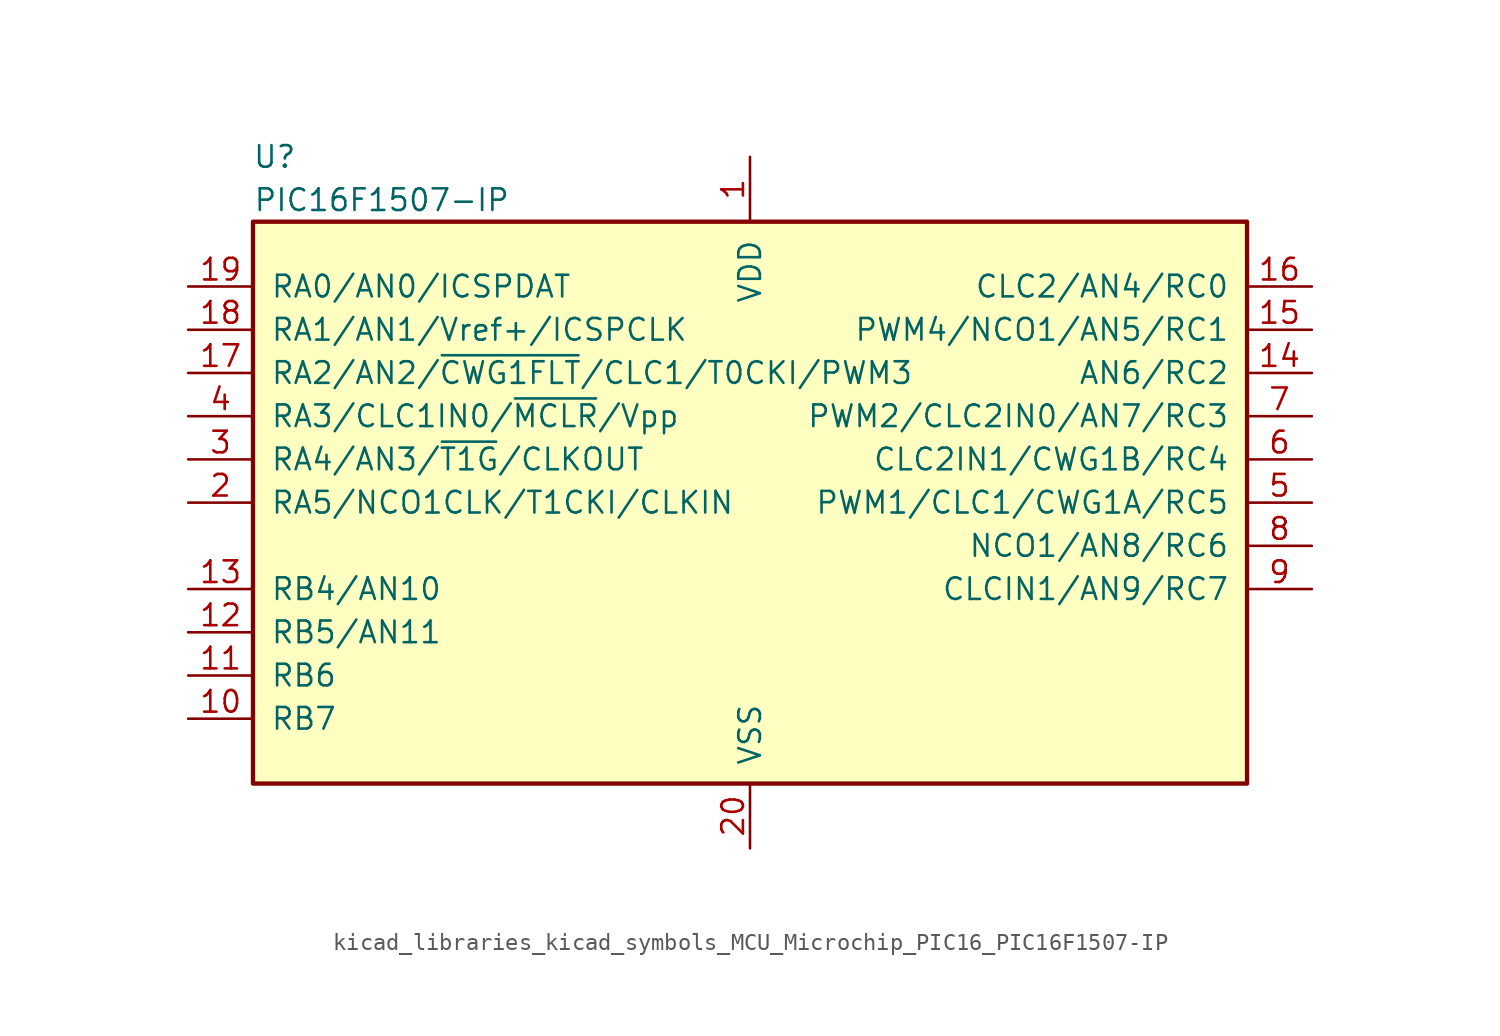
<source format=kicad_sym>
(kicad_symbol_lib
  (version 20220914)
  (generator kicad_symbol_editor)
  (symbol "kicad_libraries_kicad_symbols_MCU_Microchip_PIC16_PIC16F1507-IP"
    (pin_names
      (offset 1.016))
    (property "Reference" "U"
      (at -27.94 20.32 0)
      (effects (font (size 1.27 1.27))))
    (property "Value" "PIC16F1507-IP"
      (at -29.21 17.78 0)
      (effects (font (size 1.27 1.27)) (justify left)))
    (symbol "kicad_libraries_kicad_symbols_MCU_Microchip_PIC16_PIC16F1507-IP_0_1"
      (rectangle (start -29.21 16.51) (end 29.21 -16.51) (stroke (width 0.254) (type default)) (fill (type background))))
    (symbol "kicad_libraries_kicad_symbols_MCU_Microchip_PIC16_PIC16F1507-IP_1_1"
      (pin power_in line (at 0 20.32 270) (length 3.81) (name "VDD" (effects (font (size 1.27 1.27)))) (number "1" (effects (font (size 1.27 1.27)))))
      (pin bidirectional line (at -33.02 -12.7 0) (length 3.81) (name "RB7" (effects (font (size 1.27 1.27)))) (number "10" (effects (font (size 1.27 1.27)))))
      (pin bidirectional line (at -33.02 -10.16 0) (length 3.81) (name "RB6" (effects (font (size 1.27 1.27)))) (number "11" (effects (font (size 1.27 1.27)))))
      (pin bidirectional line (at -33.02 -7.62 0) (length 3.81) (name "RB5/AN11" (effects (font (size 1.27 1.27)))) (number "12" (effects (font (size 1.27 1.27)))))
      (pin bidirectional line (at -33.02 -5.08 0) (length 3.81) (name "RB4/AN10" (effects (font (size 1.27 1.27)))) (number "13" (effects (font (size 1.27 1.27)))))
      (pin bidirectional line (at 33.02 7.62 180) (length 3.81) (name "AN6/RC2" (effects (font (size 1.27 1.27)))) (number "14" (effects (font (size 1.27 1.27)))))
      (pin bidirectional line (at 33.02 10.16 180) (length 3.81) (name "PWM4/NCO1/AN5/RC1" (effects (font (size 1.27 1.27)))) (number "15" (effects (font (size 1.27 1.27)))))
      (pin bidirectional line (at 33.02 12.7 180) (length 3.81) (name "CLC2/AN4/RC0" (effects (font (size 1.27 1.27)))) (number "16" (effects (font (size 1.27 1.27)))))
      (pin bidirectional line (at -33.02 7.62 0) (length 3.81) (name "RA2/AN2/~{CWG1FLT}/CLC1/T0CKI/PWM3" (effects (font (size 1.27 1.27)))) (number "17" (effects (font (size 1.27 1.27)))))
      (pin bidirectional line (at -33.02 10.16 0) (length 3.81) (name "RA1/AN1/Vref+/ICSPCLK" (effects (font (size 1.27 1.27)))) (number "18" (effects (font (size 1.27 1.27)))))
      (pin bidirectional line (at -33.02 12.7 0) (length 3.81) (name "RA0/AN0/ICSPDAT" (effects (font (size 1.27 1.27)))) (number "19" (effects (font (size 1.27 1.27)))))
      (pin bidirectional line (at -33.02 0 0) (length 3.81) (name "RA5/NCO1CLK/T1CKI/CLKIN" (effects (font (size 1.27 1.27)))) (number "2" (effects (font (size 1.27 1.27)))))
      (pin power_in line (at 0 -20.32 90) (length 3.81) (name "VSS" (effects (font (size 1.27 1.27)))) (number "20" (effects (font (size 1.27 1.27)))))
      (pin bidirectional line (at -33.02 2.54 0) (length 3.81) (name "RA4/AN3/~{T1G}/CLKOUT" (effects (font (size 1.27 1.27)))) (number "3" (effects (font (size 1.27 1.27)))))
      (pin input line (at -33.02 5.08 0) (length 3.81) (name "RA3/CLC1IN0/~{MCLR}/Vpp" (effects (font (size 1.27 1.27)))) (number "4" (effects (font (size 1.27 1.27)))))
      (pin bidirectional line (at 33.02 0 180) (length 3.81) (name "PWM1/CLC1/CWG1A/RC5" (effects (font (size 1.27 1.27)))) (number "5" (effects (font (size 1.27 1.27)))))
      (pin bidirectional line (at 33.02 2.54 180) (length 3.81) (name "CLC2IN1/CWG1B/RC4" (effects (font (size 1.27 1.27)))) (number "6" (effects (font (size 1.27 1.27)))))
      (pin bidirectional line (at 33.02 5.08 180) (length 3.81) (name "PWM2/CLC2IN0/AN7/RC3" (effects (font (size 1.27 1.27)))) (number "7" (effects (font (size 1.27 1.27)))))
      (pin bidirectional line (at 33.02 -2.54 180) (length 3.81) (name "NCO1/AN8/RC6" (effects (font (size 1.27 1.27)))) (number "8" (effects (font (size 1.27 1.27)))))
      (pin bidirectional line (at 33.02 -5.08 180) (length 3.81) (name "CLCIN1/AN9/RC7" (effects (font (size 1.27 1.27)))) (number "9" (effects (font (size 1.27 1.27))))))))
</source>
